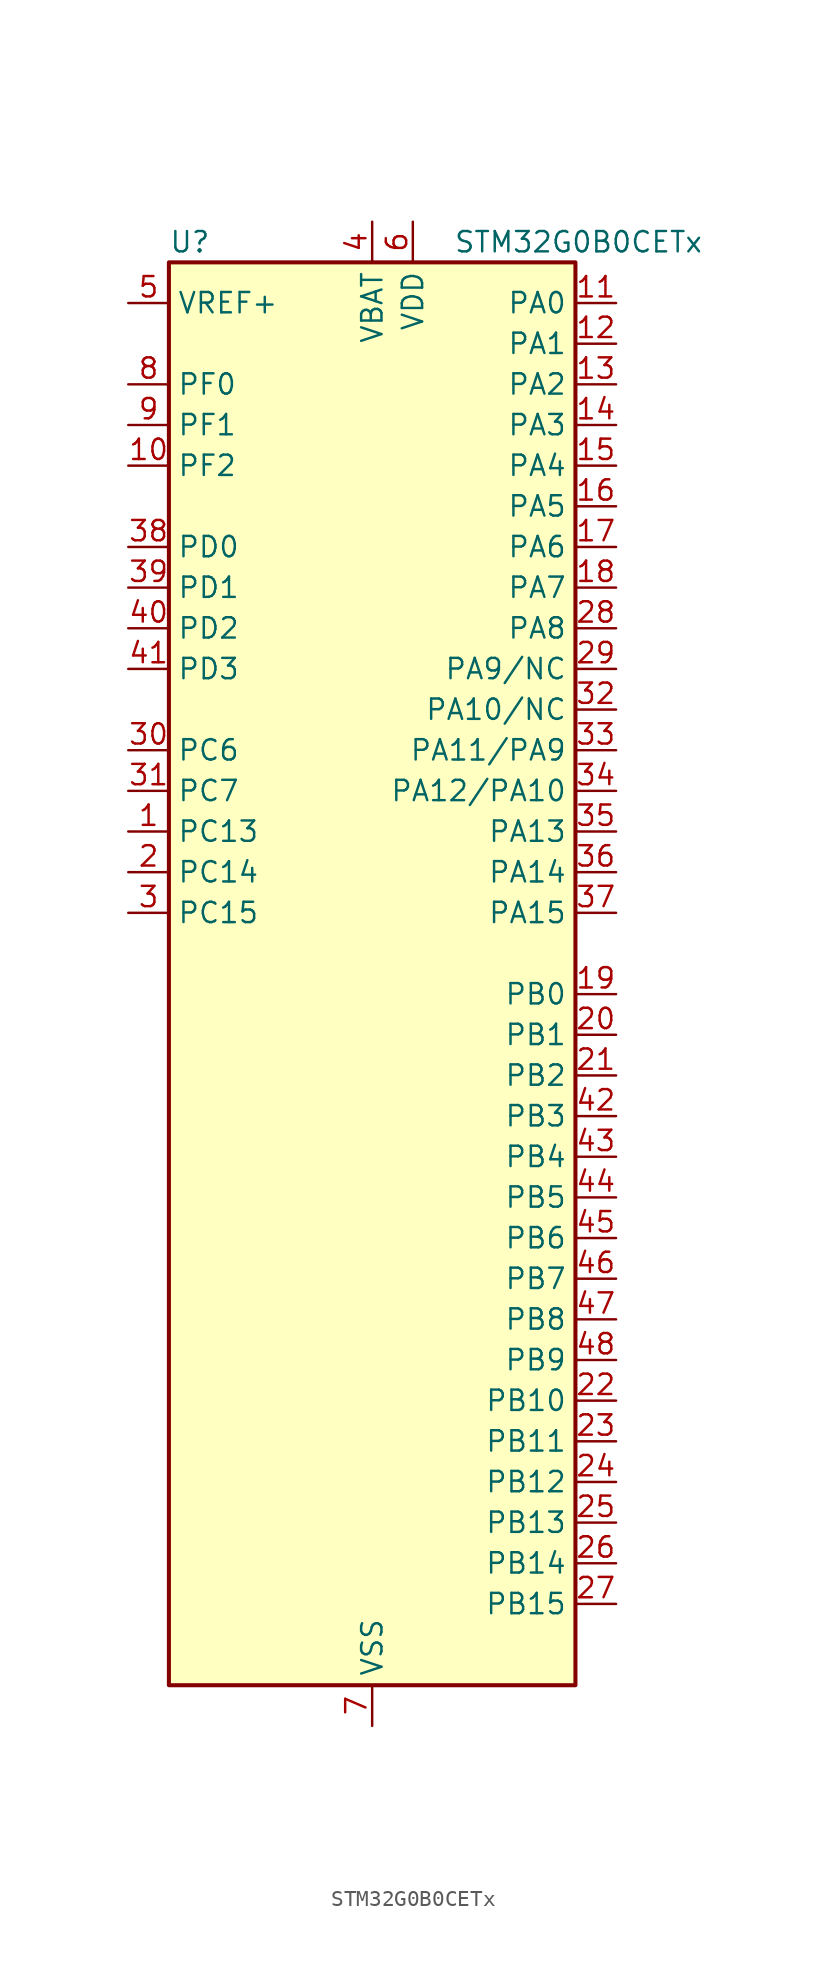
<source format=kicad_sym>
(kicad_symbol_lib
  (version 20211014)
  (generator kicad-library-utils)
  (symbol "STM32G0B0CETx"
    (property "Reference" "U"
      (at -12.7 46.99 0)
      (effects (font (size 1.27 1.27)) (justify left)))
    (property "Value" "STM32G0B0CETx"
      (at 5.08 46.99 0)
      (effects (font (size 1.27 1.27)) (justify left)))
    (property "ki_fp_filters" "LQFP*7x7mm*P0.5mm*"
      (at 0.0 0.0 0.0)
      (effects (font (size 1.27 1.27))))
    (symbol "STM32G0B0CETx_0_1"
      (rectangle (start -12.7 -43.18) (end 12.7 45.72) (stroke (width 0.254)) (fill (type background))))
    (symbol "STM32G0B0CETx_1_1"
      (pin input line (at -15.24 43.18 0) (length 2.54) (name "VREF+" (effects (font (size 1.27 1.27)))) (number "5" (effects (font (size 1.27 1.27)))))
      (pin bidirectional line (at -15.24 38.1 0) (length 2.54) (name "PF0" (effects (font (size 1.27 1.27)))) (number "8" (effects (font (size 1.27 1.27)))) (alternate "CRS1_SYNC" bidirectional line) (alternate "RCC_OSC_IN" bidirectional line) (alternate "TIM14_CH1" bidirectional line))
      (pin bidirectional line (at -15.24 35.56 0) (length 2.54) (name "PF1" (effects (font (size 1.27 1.27)))) (number "9" (effects (font (size 1.27 1.27)))) (alternate "RCC_OSC_EN" bidirectional line) (alternate "RCC_OSC_OUT" bidirectional line) (alternate "TIM15_CH1N" bidirectional line))
      (pin bidirectional line (at -15.24 33.02 0) (length 2.54) (name "PF2" (effects (font (size 1.27 1.27)))) (number "10" (effects (font (size 1.27 1.27)))) (alternate "RCC_MCO" bidirectional line))
      (pin bidirectional line (at -15.24 27.94 0) (length 2.54) (name "PD0" (effects (font (size 1.27 1.27)))) (number "38" (effects (font (size 1.27 1.27)))) (alternate "I2S2_WS" bidirectional line) (alternate "SPI2_NSS" bidirectional line) (alternate "TIM16_CH1" bidirectional line))
      (pin bidirectional line (at -15.24 25.4 0) (length 2.54) (name "PD1" (effects (font (size 1.27 1.27)))) (number "39" (effects (font (size 1.27 1.27)))) (alternate "I2S2_CK" bidirectional line) (alternate "SPI2_SCK" bidirectional line) (alternate "TIM17_CH1" bidirectional line))
      (pin bidirectional line (at -15.24 22.86 0) (length 2.54) (name "PD2" (effects (font (size 1.27 1.27)))) (number "40" (effects (font (size 1.27 1.27)))) (alternate "TIM1_CH1N" bidirectional line) (alternate "TIM3_ETR" bidirectional line) (alternate "USART3_CK" bidirectional line) (alternate "USART3_DE" bidirectional line) (alternate "USART3_RTS" bidirectional line) (alternate "USART5_RX" bidirectional line))
      (pin bidirectional line (at -15.24 20.32 0) (length 2.54) (name "PD3" (effects (font (size 1.27 1.27)))) (number "41" (effects (font (size 1.27 1.27)))) (alternate "I2S2_MCK" bidirectional line) (alternate "SPI2_MISO" bidirectional line) (alternate "TIM1_CH2N" bidirectional line) (alternate "USART2_CTS" bidirectional line) (alternate "USART2_NSS" bidirectional line) (alternate "USART5_TX" bidirectional line))
      (pin bidirectional line (at -15.24 15.24 0) (length 2.54) (name "PC6" (effects (font (size 1.27 1.27)))) (number "30" (effects (font (size 1.27 1.27)))) (alternate "TIM3_CH1" bidirectional line))
      (pin bidirectional line (at -15.24 12.7 0) (length 2.54) (name "PC7" (effects (font (size 1.27 1.27)))) (number "31" (effects (font (size 1.27 1.27)))) (alternate "TIM3_CH2" bidirectional line))
      (pin bidirectional line (at -15.24 10.16 0) (length 2.54) (name "PC13" (effects (font (size 1.27 1.27)))) (number "1" (effects (font (size 1.27 1.27)))) (alternate "RTC_OUT1" bidirectional line) (alternate "RTC_TAMP_IN1" bidirectional line) (alternate "RTC_TS" bidirectional line) (alternate "SYS_WKUP2" bidirectional line) (alternate "TIM1_BK" bidirectional line))
      (pin bidirectional line (at -15.24 7.62 0) (length 2.54) (name "PC14" (effects (font (size 1.27 1.27)))) (number "2" (effects (font (size 1.27 1.27)))) (alternate "RCC_OSC32_IN" bidirectional line) (alternate "TIM1_BK2" bidirectional line))
      (pin bidirectional line (at -15.24 5.08 0) (length 2.54) (name "PC15" (effects (font (size 1.27 1.27)))) (number "3" (effects (font (size 1.27 1.27)))) (alternate "RCC_OSC32_EN" bidirectional line) (alternate "RCC_OSC32_OUT" bidirectional line) (alternate "RCC_OSC_EN" bidirectional line) (alternate "TIM15_BK" bidirectional line))
      (pin bidirectional line (at 15.24 43.18 180) (length 2.54) (name "PA0" (effects (font (size 1.27 1.27)))) (number "11" (effects (font (size 1.27 1.27)))) (alternate "ADC1_IN0" bidirectional line) (alternate "I2S2_CK" bidirectional line) (alternate "RTC_TAMP_IN2" bidirectional line) (alternate "SPI2_SCK" bidirectional line) (alternate "SYS_WKUP1" bidirectional line) (alternate "USART2_CTS" bidirectional line) (alternate "USART2_NSS" bidirectional line) (alternate "USART4_TX" bidirectional line))
      (pin bidirectional line (at 15.24 40.64 180) (length 2.54) (name "PA1" (effects (font (size 1.27 1.27)))) (number "12" (effects (font (size 1.27 1.27)))) (alternate "ADC1_IN1" bidirectional line) (alternate "I2C1_SMBA" bidirectional line) (alternate "I2S1_CK" bidirectional line) (alternate "SPI1_SCK" bidirectional line) (alternate "TIM15_CH1N" bidirectional line) (alternate "USART2_CK" bidirectional line) (alternate "USART2_DE" bidirectional line) (alternate "USART2_RTS" bidirectional line) (alternate "USART4_RX" bidirectional line))
      (pin bidirectional line (at 15.24 38.1 180) (length 2.54) (name "PA2" (effects (font (size 1.27 1.27)))) (number "13" (effects (font (size 1.27 1.27)))) (alternate "ADC1_IN2" bidirectional line) (alternate "I2S1_SD" bidirectional line) (alternate "RCC_LSCO" bidirectional line) (alternate "SPI1_MOSI" bidirectional line) (alternate "SYS_WKUP4" bidirectional line) (alternate "TIM15_CH1" bidirectional line) (alternate "USART2_TX" bidirectional line))
      (pin bidirectional line (at 15.24 35.56 180) (length 2.54) (name "PA3" (effects (font (size 1.27 1.27)))) (number "14" (effects (font (size 1.27 1.27)))) (alternate "ADC1_IN3" bidirectional line) (alternate "I2S2_MCK" bidirectional line) (alternate "SPI2_MISO" bidirectional line) (alternate "TIM15_CH2" bidirectional line) (alternate "USART2_RX" bidirectional line))
      (pin bidirectional line (at 15.24 33.02 180) (length 2.54) (name "PA4" (effects (font (size 1.27 1.27)))) (number "15" (effects (font (size 1.27 1.27)))) (alternate "ADC1_IN4" bidirectional line) (alternate "I2S1_WS" bidirectional line) (alternate "I2S2_SD" bidirectional line) (alternate "RTC_OUT2" bidirectional line) (alternate "SPI1_NSS" bidirectional line) (alternate "SPI2_MOSI" bidirectional line) (alternate "SPI3_NSS" bidirectional line) (alternate "TIM14_CH1" bidirectional line) (alternate "USART6_TX" bidirectional line) (alternate "USB_NOE" bidirectional line))
      (pin bidirectional line (at 15.24 30.48 180) (length 2.54) (name "PA5" (effects (font (size 1.27 1.27)))) (number "16" (effects (font (size 1.27 1.27)))) (alternate "ADC1_IN5" bidirectional line) (alternate "I2S1_CK" bidirectional line) (alternate "SPI1_SCK" bidirectional line) (alternate "USART3_TX" bidirectional line) (alternate "USART6_RX" bidirectional line))
      (pin bidirectional line (at 15.24 27.94 180) (length 2.54) (name "PA6" (effects (font (size 1.27 1.27)))) (number "17" (effects (font (size 1.27 1.27)))) (alternate "ADC1_IN6" bidirectional line) (alternate "I2C2_SDA" bidirectional line) (alternate "I2C3_SDA" bidirectional line) (alternate "I2S1_MCK" bidirectional line) (alternate "SPI1_MISO" bidirectional line) (alternate "TIM16_CH1" bidirectional line) (alternate "TIM1_BK" bidirectional line) (alternate "TIM3_CH1" bidirectional line) (alternate "USART3_CTS" bidirectional line) (alternate "USART3_NSS" bidirectional line) (alternate "USART6_CTS" bidirectional line) (alternate "USART6_NSS" bidirectional line))
      (pin bidirectional line (at 15.24 25.4 180) (length 2.54) (name "PA7" (effects (font (size 1.27 1.27)))) (number "18" (effects (font (size 1.27 1.27)))) (alternate "ADC1_IN7" bidirectional line) (alternate "I2C2_SCL" bidirectional line) (alternate "I2C3_SCL" bidirectional line) (alternate "I2S1_SD" bidirectional line) (alternate "SPI1_MOSI" bidirectional line) (alternate "TIM14_CH1" bidirectional line) (alternate "TIM17_CH1" bidirectional line) (alternate "TIM1_CH1N" bidirectional line) (alternate "TIM3_CH2" bidirectional line) (alternate "USART6_CK" bidirectional line) (alternate "USART6_DE" bidirectional line) (alternate "USART6_RTS" bidirectional line))
      (pin bidirectional line (at 15.24 22.86 180) (length 2.54) (name "PA8" (effects (font (size 1.27 1.27)))) (number "28" (effects (font (size 1.27 1.27)))) (alternate "CRS1_SYNC" bidirectional line) (alternate "I2C2_SMBA" bidirectional line) (alternate "I2S2_WS" bidirectional line) (alternate "RCC_MCO" bidirectional line) (alternate "SPI2_NSS" bidirectional line) (alternate "TIM1_CH1" bidirectional line))
      (pin bidirectional line (at 15.24 20.32 180) (length 2.54) (name "PA9/NC" (effects (font (size 1.27 1.27)))) (number "29" (effects (font (size 1.27 1.27)))) (alternate "I2C1_SCL" bidirectional line) (alternate "I2C2_SCL" bidirectional line) (alternate "I2S2_MCK" bidirectional line) (alternate "RCC_MCO" bidirectional line) (alternate "SPI2_MISO" bidirectional line) (alternate "TIM15_BK" bidirectional line) (alternate "TIM1_CH2" bidirectional line) (alternate "USART1_TX" bidirectional line))
      (pin bidirectional line (at 15.24 17.78 180) (length 2.54) (name "PA10/NC" (effects (font (size 1.27 1.27)))) (number "32" (effects (font (size 1.27 1.27)))) (alternate "I2C1_SDA" bidirectional line) (alternate "I2C2_SDA" bidirectional line) (alternate "I2S2_SD" bidirectional line) (alternate "RCC_MCO_2" bidirectional line) (alternate "SPI2_MOSI" bidirectional line) (alternate "TIM17_BK" bidirectional line) (alternate "TIM1_CH3" bidirectional line) (alternate "USART1_RX" bidirectional line))
      (pin bidirectional line (at 15.24 15.24 180) (length 2.54) (name "PA11/PA9" (effects (font (size 1.27 1.27)))) (number "33" (effects (font (size 1.27 1.27)))) (alternate "ADC1_EXTI11" bidirectional line) (alternate "I2C2_SCL" bidirectional line) (alternate "I2S1_MCK" bidirectional line) (alternate "SPI1_MISO" bidirectional line) (alternate "TIM1_BK2" bidirectional line) (alternate "TIM1_CH4" bidirectional line) (alternate "USART1_CTS" bidirectional line) (alternate "USART1_NSS" bidirectional line) (alternate "USB_DM" bidirectional line))
      (pin bidirectional line (at 15.24 12.7 180) (length 2.54) (name "PA12/PA10" (effects (font (size 1.27 1.27)))) (number "34" (effects (font (size 1.27 1.27)))) (alternate "I2C2_SDA" bidirectional line) (alternate "I2S1_SD" bidirectional line) (alternate "I2S_CKIN" bidirectional line) (alternate "SPI1_MOSI" bidirectional line) (alternate "TIM1_ETR" bidirectional line) (alternate "USART1_CK" bidirectional line) (alternate "USART1_DE" bidirectional line) (alternate "USART1_RTS" bidirectional line) (alternate "USB_DP" bidirectional line))
      (pin bidirectional line (at 15.24 10.16 180) (length 2.54) (name "PA13" (effects (font (size 1.27 1.27)))) (number "35" (effects (font (size 1.27 1.27)))) (alternate "IR_OUT" bidirectional line) (alternate "SYS_SWDIO" bidirectional line) (alternate "USB_NOE" bidirectional line))
      (pin bidirectional line (at 15.24 7.62 180) (length 2.54) (name "PA14" (effects (font (size 1.27 1.27)))) (number "36" (effects (font (size 1.27 1.27)))) (alternate "SYS_SWCLK" bidirectional line) (alternate "USART2_TX" bidirectional line))
      (pin bidirectional line (at 15.24 5.08 180) (length 2.54) (name "PA15" (effects (font (size 1.27 1.27)))) (number "37" (effects (font (size 1.27 1.27)))) (alternate "I2C2_SMBA" bidirectional line) (alternate "I2S1_WS" bidirectional line) (alternate "RCC_MCO_2" bidirectional line) (alternate "SPI1_NSS" bidirectional line) (alternate "SPI3_NSS" bidirectional line) (alternate "USART2_RX" bidirectional line) (alternate "USART3_CK" bidirectional line) (alternate "USART3_DE" bidirectional line) (alternate "USART3_RTS" bidirectional line) (alternate "USART4_CK" bidirectional line) (alternate "USART4_DE" bidirectional line) (alternate "USART4_RTS" bidirectional line) (alternate "USB_NOE" bidirectional line))
      (pin bidirectional line (at 15.24 0.0 180) (length 2.54) (name "PB0" (effects (font (size 1.27 1.27)))) (number "19" (effects (font (size 1.27 1.27)))) (alternate "ADC1_IN8" bidirectional line) (alternate "I2S1_WS" bidirectional line) (alternate "SPI1_NSS" bidirectional line) (alternate "TIM1_CH2N" bidirectional line) (alternate "TIM3_CH3" bidirectional line) (alternate "USART3_RX" bidirectional line) (alternate "USART5_TX" bidirectional line))
      (pin bidirectional line (at 15.24 -2.54 180) (length 2.54) (name "PB1" (effects (font (size 1.27 1.27)))) (number "20" (effects (font (size 1.27 1.27)))) (alternate "ADC1_IN9" bidirectional line) (alternate "TIM14_CH1" bidirectional line) (alternate "TIM1_CH3N" bidirectional line) (alternate "TIM3_CH4" bidirectional line) (alternate "USART3_CK" bidirectional line) (alternate "USART3_DE" bidirectional line) (alternate "USART3_RTS" bidirectional line) (alternate "USART5_RX" bidirectional line))
      (pin bidirectional line (at 15.24 -5.08 180) (length 2.54) (name "PB2" (effects (font (size 1.27 1.27)))) (number "21" (effects (font (size 1.27 1.27)))) (alternate "ADC1_IN10" bidirectional line) (alternate "I2S2_MCK" bidirectional line) (alternate "RCC_MCO_2" bidirectional line) (alternate "SPI2_MISO" bidirectional line) (alternate "USART3_TX" bidirectional line))
      (pin bidirectional line (at 15.24 -7.62 180) (length 2.54) (name "PB3" (effects (font (size 1.27 1.27)))) (number "42" (effects (font (size 1.27 1.27)))) (alternate "I2C2_SCL" bidirectional line) (alternate "I2C3_SCL" bidirectional line) (alternate "I2S1_CK" bidirectional line) (alternate "SPI1_SCK" bidirectional line) (alternate "SPI3_SCK" bidirectional line) (alternate "TIM1_CH2" bidirectional line) (alternate "USART1_CK" bidirectional line) (alternate "USART1_DE" bidirectional line) (alternate "USART1_RTS" bidirectional line) (alternate "USART5_TX" bidirectional line))
      (pin bidirectional line (at 15.24 -10.16 180) (length 2.54) (name "PB4" (effects (font (size 1.27 1.27)))) (number "43" (effects (font (size 1.27 1.27)))) (alternate "I2C2_SDA" bidirectional line) (alternate "I2C3_SDA" bidirectional line) (alternate "I2S1_MCK" bidirectional line) (alternate "SPI1_MISO" bidirectional line) (alternate "SPI3_MISO" bidirectional line) (alternate "TIM17_BK" bidirectional line) (alternate "TIM3_CH1" bidirectional line) (alternate "USART1_CTS" bidirectional line) (alternate "USART1_NSS" bidirectional line) (alternate "USART5_RX" bidirectional line))
      (pin bidirectional line (at 15.24 -12.7 180) (length 2.54) (name "PB5" (effects (font (size 1.27 1.27)))) (number "44" (effects (font (size 1.27 1.27)))) (alternate "I2C1_SMBA" bidirectional line) (alternate "I2S1_SD" bidirectional line) (alternate "SPI1_MOSI" bidirectional line) (alternate "SPI3_MOSI" bidirectional line) (alternate "SYS_WKUP6" bidirectional line) (alternate "TIM16_BK" bidirectional line) (alternate "TIM3_CH2" bidirectional line) (alternate "USART5_CK" bidirectional line) (alternate "USART5_DE" bidirectional line) (alternate "USART5_RTS" bidirectional line))
      (pin bidirectional line (at 15.24 -15.24 180) (length 2.54) (name "PB6" (effects (font (size 1.27 1.27)))) (number "45" (effects (font (size 1.27 1.27)))) (alternate "I2C1_SCL" bidirectional line) (alternate "I2S2_MCK" bidirectional line) (alternate "SPI2_MISO" bidirectional line) (alternate "TIM16_CH1N" bidirectional line) (alternate "TIM1_CH3" bidirectional line) (alternate "TIM4_CH1" bidirectional line) (alternate "USART1_TX" bidirectional line) (alternate "USART5_CTS" bidirectional line) (alternate "USART5_NSS" bidirectional line))
      (pin bidirectional line (at 15.24 -17.78 180) (length 2.54) (name "PB7" (effects (font (size 1.27 1.27)))) (number "46" (effects (font (size 1.27 1.27)))) (alternate "I2C1_SDA" bidirectional line) (alternate "I2S2_SD" bidirectional line) (alternate "SPI2_MOSI" bidirectional line) (alternate "TIM17_CH1N" bidirectional line) (alternate "TIM4_CH2" bidirectional line) (alternate "USART1_RX" bidirectional line) (alternate "USART4_CTS" bidirectional line) (alternate "USART4_NSS" bidirectional line))
      (pin bidirectional line (at 15.24 -20.32 180) (length 2.54) (name "PB8" (effects (font (size 1.27 1.27)))) (number "47" (effects (font (size 1.27 1.27)))) (alternate "I2C1_SCL" bidirectional line) (alternate "I2S2_CK" bidirectional line) (alternate "SPI2_SCK" bidirectional line) (alternate "TIM15_BK" bidirectional line) (alternate "TIM16_CH1" bidirectional line) (alternate "TIM4_CH3" bidirectional line) (alternate "USART3_TX" bidirectional line) (alternate "USART6_TX" bidirectional line))
      (pin bidirectional line (at 15.24 -22.86 180) (length 2.54) (name "PB9" (effects (font (size 1.27 1.27)))) (number "48" (effects (font (size 1.27 1.27)))) (alternate "I2C1_SDA" bidirectional line) (alternate "I2S2_WS" bidirectional line) (alternate "IR_OUT" bidirectional line) (alternate "SPI2_NSS" bidirectional line) (alternate "TIM17_CH1" bidirectional line) (alternate "TIM4_CH4" bidirectional line) (alternate "USART3_RX" bidirectional line) (alternate "USART6_RX" bidirectional line))
      (pin bidirectional line (at 15.24 -25.4 180) (length 2.54) (name "PB10" (effects (font (size 1.27 1.27)))) (number "22" (effects (font (size 1.27 1.27)))) (alternate "ADC1_IN11" bidirectional line) (alternate "I2C2_SCL" bidirectional line) (alternate "I2S2_CK" bidirectional line) (alternate "SPI2_SCK" bidirectional line) (alternate "USART3_TX" bidirectional line))
      (pin bidirectional line (at 15.24 -27.94 180) (length 2.54) (name "PB11" (effects (font (size 1.27 1.27)))) (number "23" (effects (font (size 1.27 1.27)))) (alternate "ADC1_EXTI11" bidirectional line) (alternate "ADC1_IN15" bidirectional line) (alternate "I2C2_SDA" bidirectional line) (alternate "I2S2_SD" bidirectional line) (alternate "SPI2_MOSI" bidirectional line) (alternate "USART3_RX" bidirectional line))
      (pin bidirectional line (at 15.24 -30.48 180) (length 2.54) (name "PB12" (effects (font (size 1.27 1.27)))) (number "24" (effects (font (size 1.27 1.27)))) (alternate "ADC1_IN16" bidirectional line) (alternate "I2C2_SMBA" bidirectional line) (alternate "I2S2_WS" bidirectional line) (alternate "SPI2_NSS" bidirectional line) (alternate "TIM15_BK" bidirectional line) (alternate "TIM1_BK" bidirectional line))
      (pin bidirectional line (at 15.24 -33.02 180) (length 2.54) (name "PB13" (effects (font (size 1.27 1.27)))) (number "25" (effects (font (size 1.27 1.27)))) (alternate "I2C2_SCL" bidirectional line) (alternate "I2S2_CK" bidirectional line) (alternate "SPI2_SCK" bidirectional line) (alternate "TIM15_CH1N" bidirectional line) (alternate "TIM1_CH1N" bidirectional line) (alternate "USART3_CTS" bidirectional line) (alternate "USART3_NSS" bidirectional line))
      (pin bidirectional line (at 15.24 -35.56 180) (length 2.54) (name "PB14" (effects (font (size 1.27 1.27)))) (number "26" (effects (font (size 1.27 1.27)))) (alternate "I2C2_SDA" bidirectional line) (alternate "I2S2_MCK" bidirectional line) (alternate "SPI2_MISO" bidirectional line) (alternate "TIM15_CH1" bidirectional line) (alternate "TIM1_CH2N" bidirectional line) (alternate "USART3_CK" bidirectional line) (alternate "USART3_DE" bidirectional line) (alternate "USART3_RTS" bidirectional line) (alternate "USART6_CK" bidirectional line) (alternate "USART6_DE" bidirectional line) (alternate "USART6_RTS" bidirectional line))
      (pin bidirectional line (at 15.24 -38.1 180) (length 2.54) (name "PB15" (effects (font (size 1.27 1.27)))) (number "27" (effects (font (size 1.27 1.27)))) (alternate "I2S2_SD" bidirectional line) (alternate "RTC_REFIN" bidirectional line) (alternate "SPI2_MOSI" bidirectional line) (alternate "TIM15_CH1N" bidirectional line) (alternate "TIM15_CH2" bidirectional line) (alternate "TIM1_CH3N" bidirectional line) (alternate "USART6_CTS" bidirectional line) (alternate "USART6_NSS" bidirectional line))
      (pin power_in line (at 0.0 48.26 270) (length 2.54) (name "VBAT" (effects (font (size 1.27 1.27)))) (number "4" (effects (font (size 1.27 1.27)))))
      (pin power_in line (at 2.54 48.26 270) (length 2.54) (name "VDD" (effects (font (size 1.27 1.27)))) (number "6" (effects (font (size 1.27 1.27)))))
      (pin power_in line (at 0.0 -45.72 90) (length 2.54) (name "VSS" (effects (font (size 1.27 1.27)))) (number "7" (effects (font (size 1.27 1.27))))))))
</source>
